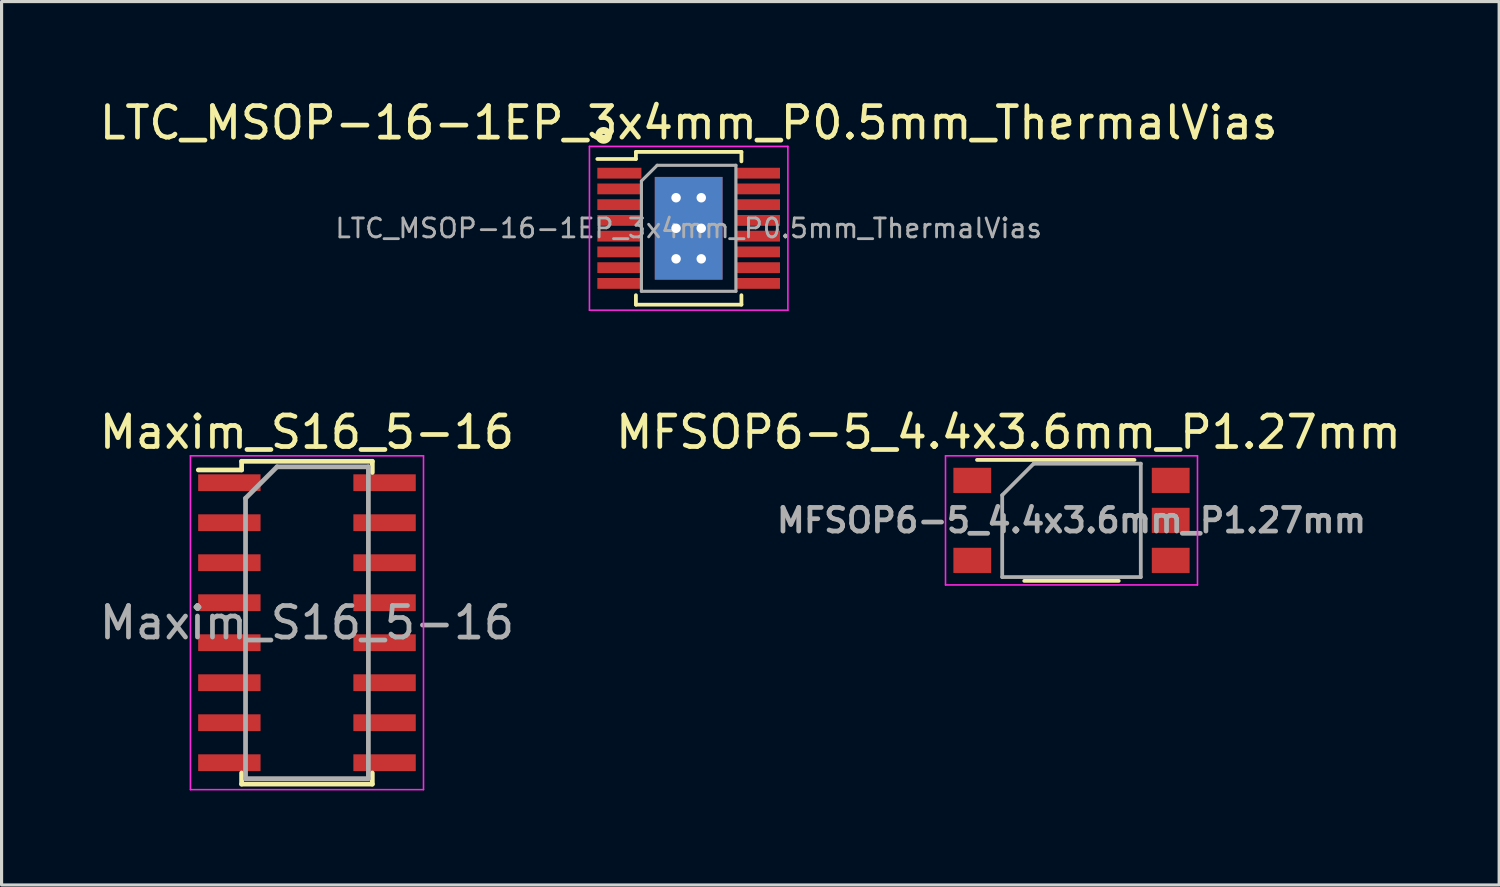
<source format=kicad_pcb>
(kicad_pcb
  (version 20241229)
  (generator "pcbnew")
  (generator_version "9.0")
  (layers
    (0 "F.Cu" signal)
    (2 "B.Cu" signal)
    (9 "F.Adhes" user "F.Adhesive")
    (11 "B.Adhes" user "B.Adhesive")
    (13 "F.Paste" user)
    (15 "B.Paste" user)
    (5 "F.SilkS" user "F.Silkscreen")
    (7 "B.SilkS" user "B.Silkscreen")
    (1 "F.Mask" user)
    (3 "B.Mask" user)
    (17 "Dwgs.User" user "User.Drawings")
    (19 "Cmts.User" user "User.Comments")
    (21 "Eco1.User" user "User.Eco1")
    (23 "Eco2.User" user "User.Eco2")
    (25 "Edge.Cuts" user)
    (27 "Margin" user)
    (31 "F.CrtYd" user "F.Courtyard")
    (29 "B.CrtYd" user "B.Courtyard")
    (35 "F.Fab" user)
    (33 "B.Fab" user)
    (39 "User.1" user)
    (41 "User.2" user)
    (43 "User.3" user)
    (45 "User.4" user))
  (footprint "LTC_MSOP-16-1EP_3x4mm_P0.5mm_ThermalVias"
    (layer "F.Cu")
    (at 18.815 4.198)
    (property "Reference" "LTC_MSOP-16-1EP_3x4mm_P0.5mm_ThermalVias" (at 0 -3.35 0) (layer "F.SilkS") (effects (font (size 1 1) (thickness 0.15))))
    (attr smd)
    (fp_line (start -1.675 -2.425) (end -1.675 -2.2) (stroke (width 0.12) (type solid)) (layer "F.SilkS"))
    (fp_line (start -1.675 -2.425) (end 1.675 -2.425) (stroke (width 0.12) (type solid)) (layer "F.SilkS"))
    (fp_line (start -1.675 -2.2) (end -2.9 -2.2) (stroke (width 0.12) (type solid)) (layer "F.SilkS"))
    (fp_line (start -1.675 2.425) (end -1.675 2.125) (stroke (width 0.12) (type solid)) (layer "F.SilkS"))
    (fp_line (start -1.675 2.425) (end 1.675 2.425) (stroke (width 0.12) (type solid)) (layer "F.SilkS"))
    (fp_line (start 1.675 -2.425) (end 1.675 -2.125) (stroke (width 0.12) (type solid)) (layer "F.SilkS"))
    (fp_line (start 1.675 2.425) (end 1.675 2.125) (stroke (width 0.12) (type solid)) (layer "F.SilkS"))
    (fp_circle (center -2.7 -2.95) (end -2.69 -3) (stroke (width 0.12) (type solid)) (fill no) (layer "F.SilkS"))
    (fp_circle (center -2.7 -2.95) (end -2.6 -3) (stroke (width 0.12) (type solid)) (fill no) (layer "F.SilkS"))
    (fp_circle (center -2.7 -2.95) (end -2.5 -3) (stroke (width 0.12) (type solid)) (fill no) (layer "F.SilkS"))
    (fp_line (start -3.15 -2.6) (end -3.15 2.6) (stroke (width 0.05) (type solid)) (layer "F.CrtYd"))
    (fp_line (start -3.15 -2.6) (end 3.15 -2.6) (stroke (width 0.05) (type solid)) (layer "F.CrtYd"))
    (fp_line (start -3.15 2.6) (end 3.15 2.6) (stroke (width 0.05) (type solid)) (layer "F.CrtYd"))
    (fp_line (start 3.15 -2.6) (end 3.15 2.6) (stroke (width 0.05) (type solid)) (layer "F.CrtYd"))
    (fp_line (start -1.5 -1.5) (end -1 -2) (stroke (width 0.1) (type solid)) (layer "F.Fab"))
    (fp_line (start -1.5 2) (end -1.5 -1.5) (stroke (width 0.1) (type solid)) (layer "F.Fab"))
    (fp_line (start -1 -2) (end 1.5 -2) (stroke (width 0.1) (type solid)) (layer "F.Fab"))
    (fp_line (start 1.5 -2) (end 1.5 2) (stroke (width 0.1) (type solid)) (layer "F.Fab"))
    (fp_line (start 1.5 2) (end -1.5 2) (stroke (width 0.1) (type solid)) (layer "F.Fab"))
    (fp_text user "${REFERENCE}" (at 0 0 0) (layer "F.Fab") (effects (font (size 0.6 0.6) (thickness 0.09))))
    (pad "" smd rect (at -0.51 -1.32) (size 0.9 0.35) (layers "F.Paste"))
    (pad "" smd rect (at -0.51 -0.485) (size 0.9 0.63) (layers "F.Paste"))
    (pad "" smd rect (at -0.51 0.485) (size 0.9 0.63) (layers "F.Paste"))
    (pad "" smd rect (at -0.51 1.32) (size 0.9 0.35) (layers "F.Paste"))
    (pad "" smd rect (at 0.51 -1.32) (size 0.9 0.35) (layers "F.Paste"))
    (pad "" smd rect (at 0.51 -0.485) (size 0.9 0.63) (layers "F.Paste"))
    (pad "" smd rect (at 0.51 0.485) (size 0.9 0.63) (layers "F.Paste"))
    (pad "" smd rect (at 0.51 1.32) (size 0.9 0.35) (layers "F.Paste"))
    (pad "1" smd rect (at -2.2 -1.75) (size 1.4 0.343) (layers "F.Cu" "F.Mask" "F.Paste"))
    (pad "2" smd rect (at -2.2 -1.25) (size 1.4 0.343) (layers "F.Cu" "F.Mask" "F.Paste"))
    (pad "3" smd rect (at -2.2 -0.75) (size 1.4 0.343) (layers "F.Cu" "F.Mask" "F.Paste"))
    (pad "4" smd rect (at -2.2 -0.25) (size 1.4 0.343) (layers "F.Cu" "F.Mask" "F.Paste"))
    (pad "5" smd rect (at -2.2 0.25) (size 1.4 0.343) (layers "F.Cu" "F.Mask" "F.Paste"))
    (pad "6" smd rect (at -2.2 0.75) (size 1.4 0.343) (layers "F.Cu" "F.Mask" "F.Paste"))
    (pad "7" smd rect (at -2.2 1.25) (size 1.4 0.343) (layers "F.Cu" "F.Mask" "F.Paste"))
    (pad "8" smd rect (at -2.2 1.75) (size 1.4 0.343) (layers "F.Cu" "F.Mask" "F.Paste"))
    (pad "9" smd rect (at 2.2 1.75) (size 1.4 0.343) (layers "F.Cu" "F.Mask" "F.Paste"))
    (pad "10" smd rect (at 2.2 1.25) (size 1.4 0.343) (layers "F.Cu" "F.Mask" "F.Paste"))
    (pad "11" smd rect (at 2.2 0.75) (size 1.4 0.343) (layers "F.Cu" "F.Mask" "F.Paste"))
    (pad "12" smd rect (at 2.2 0.25) (size 1.4 0.343) (layers "F.Cu" "F.Mask" "F.Paste"))
    (pad "13" smd rect (at 2.2 -0.25) (size 1.4 0.343) (layers "F.Cu" "F.Mask" "F.Paste"))
    (pad "14" smd rect (at 2.2 -0.75) (size 1.4 0.343) (layers "F.Cu" "F.Mask" "F.Paste"))
    (pad "15" smd rect (at 2.2 -1.25) (size 1.4 0.343) (layers "F.Cu" "F.Mask" "F.Paste"))
    (pad "16" smd rect (at 2.2 -1.75) (size 1.4 0.343) (layers "F.Cu" "F.Mask" "F.Paste"))
    (pad "17" thru_hole circle (at -0.4 -0.97) (size 0.6 0.6) (drill 0.3) (layers "*.Cu" "*.Mask"))
    (pad "17" thru_hole circle (at -0.4 0) (size 0.6 0.6) (drill 0.3) (layers "*.Cu" "*.Mask"))
    (pad "17" thru_hole circle (at -0.4 0.97) (size 0.6 0.6) (drill 0.3) (layers "*.Cu" "*.Mask"))
    (pad "17" smd rect (at 0 0) (size 2.15 3.26) (layers "F.Cu" "F.Mask" "F.Paste"))
    (pad "17" smd rect (at 0 0) (size 2.15 3.26) (layers "B.Cu"))
    (pad "17" thru_hole circle (at 0.4 -0.97) (size 0.6 0.6) (drill 0.3) (layers "*.Cu" "*.Mask"))
    (pad "17" thru_hole circle (at 0.4 0) (size 0.6 0.6) (drill 0.3) (layers "*.Cu" "*.Mask"))
    (pad "17" thru_hole circle (at 0.4 0.97) (size 0.6 0.6) (drill 0.3) (layers "*.Cu" "*.Mask")))
  (footprint "Maxim_S16_5-16"
    (layer "F.Cu")
    (at 6.696 16.721)
    (property "Reference" "Maxim_S16_5-16" (at 0 -6.05 0) (layer "F.SilkS") (effects (font (size 1 1) (thickness 0.15))))
    (attr smd)
    (fp_line (start -2.075 -5.125) (end -2.075 -4.85) (stroke (width 0.15) (type solid)) (layer "F.SilkS"))
    (fp_line (start -2.075 -5.125) (end 2.075 -5.125) (stroke (width 0.15) (type solid)) (layer "F.SilkS"))
    (fp_line (start -2.075 -4.85) (end -3.45 -4.85) (stroke (width 0.15) (type solid)) (layer "F.SilkS"))
    (fp_line (start -2.075 5.125) (end -2.075 4.77) (stroke (width 0.15) (type solid)) (layer "F.SilkS"))
    (fp_line (start -2.075 5.125) (end 2.075 5.125) (stroke (width 0.15) (type solid)) (layer "F.SilkS"))
    (fp_line (start 2.075 -5.125) (end 2.075 -4.77) (stroke (width 0.15) (type solid)) (layer "F.SilkS"))
    (fp_line (start 2.075 5.125) (end 2.075 4.77) (stroke (width 0.15) (type solid)) (layer "F.SilkS"))
    (fp_line (start -3.7 -5.3) (end -3.7 5.3) (stroke (width 0.05) (type solid)) (layer "F.CrtYd"))
    (fp_line (start -3.7 -5.3) (end 3.7 -5.3) (stroke (width 0.05) (type solid)) (layer "F.CrtYd"))
    (fp_line (start -3.7 5.3) (end 3.7 5.3) (stroke (width 0.05) (type solid)) (layer "F.CrtYd"))
    (fp_line (start 3.7 -5.3) (end 3.7 5.3) (stroke (width 0.05) (type solid)) (layer "F.CrtYd"))
    (fp_line (start -1.95 -3.95) (end -0.95 -4.95) (stroke (width 0.15) (type solid)) (layer "F.Fab"))
    (fp_line (start -1.95 4.95) (end -1.95 -3.95) (stroke (width 0.15) (type solid)) (layer "F.Fab"))
    (fp_line (start -0.95 -4.95) (end 1.95 -4.95) (stroke (width 0.15) (type solid)) (layer "F.Fab"))
    (fp_line (start 1.95 -4.95) (end 1.95 4.95) (stroke (width 0.15) (type solid)) (layer "F.Fab"))
    (fp_line (start 1.95 4.95) (end -1.95 4.95) (stroke (width 0.15) (type solid)) (layer "F.Fab"))
    (fp_text user "${REFERENCE}" (at 0 0 0) (layer "F.Fab") (effects (font (size 1 1) (thickness 0.15))))
    (pad "1" smd rect (at -2.464 -4.445) (size 1.981 0.533) (layers "F.Cu" "F.Mask" "F.Paste"))
    (pad "2" smd rect (at -2.464 -3.175) (size 1.981 0.533) (layers "F.Cu" "F.Mask" "F.Paste"))
    (pad "3" smd rect (at -2.464 -1.905) (size 1.981 0.533) (layers "F.Cu" "F.Mask" "F.Paste"))
    (pad "4" smd rect (at -2.464 -0.635) (size 1.981 0.533) (layers "F.Cu" "F.Mask" "F.Paste"))
    (pad "5" smd rect (at -2.464 0.635) (size 1.981 0.533) (layers "F.Cu" "F.Mask" "F.Paste"))
    (pad "6" smd rect (at -2.464 1.905) (size 1.981 0.533) (layers "F.Cu" "F.Mask" "F.Paste"))
    (pad "7" smd rect (at -2.464 3.175) (size 1.981 0.533) (layers "F.Cu" "F.Mask" "F.Paste"))
    (pad "8" smd rect (at -2.464 4.445) (size 1.981 0.533) (layers "F.Cu" "F.Mask" "F.Paste"))
    (pad "9" smd rect (at 2.464 4.445) (size 1.981 0.533) (layers "F.Cu" "F.Mask" "F.Paste"))
    (pad "10" smd rect (at 2.464 3.175) (size 1.981 0.533) (layers "F.Cu" "F.Mask" "F.Paste"))
    (pad "11" smd rect (at 2.464 1.905) (size 1.981 0.533) (layers "F.Cu" "F.Mask" "F.Paste"))
    (pad "12" smd rect (at 2.464 0.635) (size 1.981 0.533) (layers "F.Cu" "F.Mask" "F.Paste"))
    (pad "13" smd rect (at 2.464 -0.635) (size 1.981 0.533) (layers "F.Cu" "F.Mask" "F.Paste"))
    (pad "14" smd rect (at 2.464 -1.905) (size 1.981 0.533) (layers "F.Cu" "F.Mask" "F.Paste"))
    (pad "15" smd rect (at 2.464 -3.175) (size 1.981 0.533) (layers "F.Cu" "F.Mask" "F.Paste"))
    (pad "16" smd rect (at 2.464 -4.445) (size 1.981 0.533) (layers "F.Cu" "F.Mask" "F.Paste")))
  (footprint "MFSOP6-5_4.4x3.6mm_P1.27mm"
    (layer "F.Cu")
    (at 30.97 13.472)
    (property "Reference" "MFSOP6-5_4.4x3.6mm_P1.27mm" (at -2 -2.8 0) (layer "F.SilkS") (effects (font (size 1 1) (thickness 0.15))))
    (attr smd)
    (fp_line (start -3 -1.92) (end 2 -1.92) (stroke (width 0.12) (type solid)) (layer "F.SilkS"))
    (fp_line (start 1.5 1.92) (end -1.5 1.92) (stroke (width 0.12) (type solid)) (layer "F.SilkS"))
    (fp_line (start -4 -2.05) (end -4 2.05) (stroke (width 0.05) (type solid)) (layer "F.CrtYd"))
    (fp_line (start -4 -2.05) (end 4 -2.05) (stroke (width 0.05) (type solid)) (layer "F.CrtYd"))
    (fp_line (start 4 2.05) (end -4 2.05) (stroke (width 0.05) (type solid)) (layer "F.CrtYd"))
    (fp_line (start 4 2.05) (end 4 -2.05) (stroke (width 0.05) (type solid)) (layer "F.CrtYd"))
    (fp_line (start -2.2 -0.8) (end -2.2 1.8) (stroke (width 0.12) (type solid)) (layer "F.Fab"))
    (fp_line (start -2.2 1.8) (end 2.2 1.8) (stroke (width 0.12) (type solid)) (layer "F.Fab"))
    (fp_line (start -1.2 -1.8) (end -2.2 -0.8) (stroke (width 0.12) (type solid)) (layer "F.Fab"))
    (fp_line (start 2.2 -1.8) (end -1.2 -1.8) (stroke (width 0.12) (type solid)) (layer "F.Fab"))
    (fp_line (start 2.2 1.8) (end 2.2 -1.8) (stroke (width 0.12) (type solid)) (layer "F.Fab"))
    (fp_text user "${REFERENCE}" (at 0 0 0) (layer "F.Fab") (effects (font (size 0.75 0.75) (thickness 0.15))))
    (pad "1" smd rect (at -3.15 -1.27) (size 1.2 0.8) (layers "F.Cu" "F.Mask" "F.Paste"))
    (pad "3" smd rect (at -3.15 1.27) (size 1.2 0.8) (layers "F.Cu" "F.Mask" "F.Paste"))
    (pad "4" smd rect (at 3.15 1.27) (size 1.2 0.8) (layers "F.Cu" "F.Mask" "F.Paste"))
    (pad "5" smd rect (at 3.15 0) (size 1.2 0.8) (layers "F.Cu" "F.Mask" "F.Paste"))
    (pad "6" smd rect (at 3.15 -1.27) (size 1.2 0.8) (layers "F.Cu" "F.Mask" "F.Paste")))
  (gr_rect
    (start -3 -3)
    (end 44.548 25.047)
    (stroke (width 0.1) (type default))
    (fill no)
    (layer "Edge.Cuts")))
</source>
